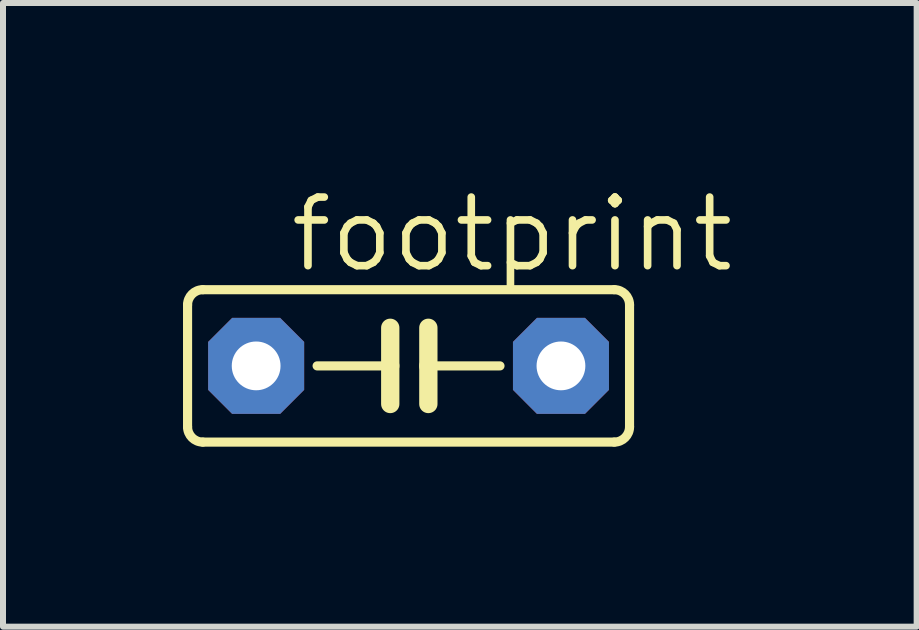
<source format=kicad_pcb>
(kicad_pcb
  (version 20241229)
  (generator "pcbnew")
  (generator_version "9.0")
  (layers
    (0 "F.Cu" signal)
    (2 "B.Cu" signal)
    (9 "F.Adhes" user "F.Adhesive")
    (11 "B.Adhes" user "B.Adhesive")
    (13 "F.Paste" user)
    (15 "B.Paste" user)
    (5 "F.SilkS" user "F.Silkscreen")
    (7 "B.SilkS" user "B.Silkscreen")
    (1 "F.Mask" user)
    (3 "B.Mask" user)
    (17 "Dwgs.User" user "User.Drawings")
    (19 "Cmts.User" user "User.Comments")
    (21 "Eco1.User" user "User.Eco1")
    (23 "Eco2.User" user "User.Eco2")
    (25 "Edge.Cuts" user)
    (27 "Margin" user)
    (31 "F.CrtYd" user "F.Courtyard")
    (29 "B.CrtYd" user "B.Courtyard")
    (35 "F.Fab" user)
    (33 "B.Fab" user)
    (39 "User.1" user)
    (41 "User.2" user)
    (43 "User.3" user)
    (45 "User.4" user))
  (footprint "footprint"
    (layer "F.Cu")
    (at 3.759 3.048)
    (property "Reference" "footprint" (at -2.032 -1.524 0) (layer "F.SilkS") (effects (font (size 1.143 1.143) (thickness 0.127)) (justify left bottom)))
    (fp_line (start -3.683 -1.016) (end -3.683 1.016) (stroke (width 0.152) (type solid)) (layer "F.SilkS"))
    (fp_line (start -3.429 1.27) (end 3.429 1.27) (stroke (width 0.152) (type solid)) (layer "F.SilkS"))
    (fp_line (start -0.305 -0.635) (end -0.305 0) (stroke (width 0.305) (type solid)) (layer "F.SilkS"))
    (fp_line (start -0.305 0) (end -1.524 0) (stroke (width 0.152) (type solid)) (layer "F.SilkS"))
    (fp_line (start -0.305 0) (end -0.305 0.635) (stroke (width 0.305) (type solid)) (layer "F.SilkS"))
    (fp_line (start 0.33 -0.635) (end 0.33 0) (stroke (width 0.305) (type solid)) (layer "F.SilkS"))
    (fp_line (start 0.33 0) (end 0.33 0.635) (stroke (width 0.305) (type solid)) (layer "F.SilkS"))
    (fp_line (start 0.33 0) (end 1.524 0) (stroke (width 0.152) (type solid)) (layer "F.SilkS"))
    (fp_line (start 3.429 -1.27) (end -3.429 -1.27) (stroke (width 0.152) (type solid)) (layer "F.SilkS"))
    (fp_line (start 3.683 1.016) (end 3.683 -1.016) (stroke (width 0.152) (type solid)) (layer "F.SilkS"))
    (fp_arc (start -3.683 -1.016) (mid -3.608605 -1.195605) (end -3.429 -1.27) (stroke (width 0.1524) (type solid)) (layer "F.SilkS"))
    (fp_arc (start -3.429 1.27) (mid -3.608605 1.195605) (end -3.683 1.016) (stroke (width 0.1524) (type solid)) (layer "F.SilkS"))
    (fp_arc (start 3.429 -1.27) (mid 3.608605 -1.195605) (end 3.683 -1.016) (stroke (width 0.1524) (type solid)) (layer "F.SilkS"))
    (fp_arc (start 3.683 1.016) (mid 3.608605 1.195605) (end 3.429 1.27) (stroke (width 0.1524) (type solid)) (layer "F.SilkS"))
    (pad "1" thru_hole roundrect (at -2.54 0) (size 1.6 1.6) (drill 0.813) (layers "*.Cu" "*.Mask") (roundrect_rratio 0.25) (chamfer_ratio 0.25) (chamfer top_left top_right bottom_left bottom_right))
    (pad "2" thru_hole roundrect (at 2.54 0) (size 1.6 1.6) (drill 0.813) (layers "*.Cu" "*.Mask") (roundrect_rratio 0.25) (chamfer_ratio 0.25) (chamfer top_left top_right bottom_left bottom_right)))
  (gr_rect
    (start -3 -3)
    (end 12.227 7.394)
    (stroke (width 0.1) (type default))
    (fill no)
    (layer "Edge.Cuts")))
</source>
